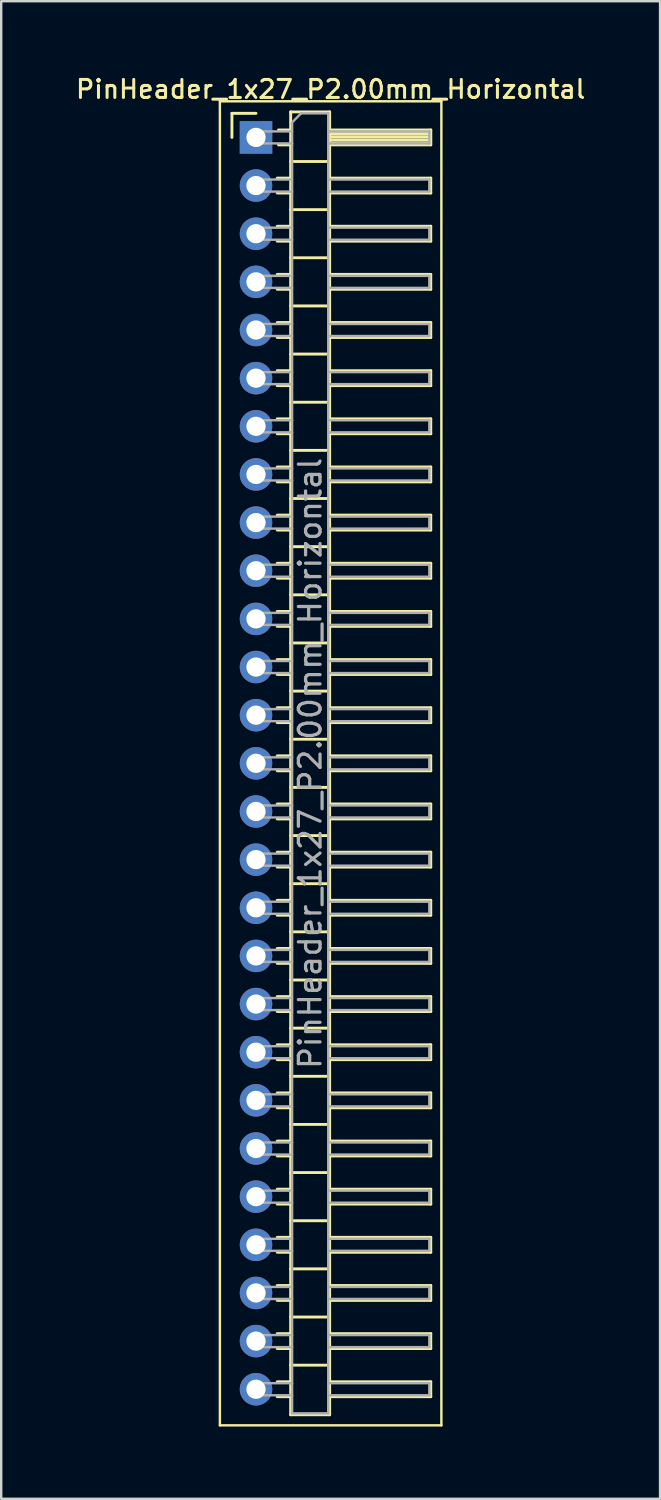
<source format=kicad_pcb>
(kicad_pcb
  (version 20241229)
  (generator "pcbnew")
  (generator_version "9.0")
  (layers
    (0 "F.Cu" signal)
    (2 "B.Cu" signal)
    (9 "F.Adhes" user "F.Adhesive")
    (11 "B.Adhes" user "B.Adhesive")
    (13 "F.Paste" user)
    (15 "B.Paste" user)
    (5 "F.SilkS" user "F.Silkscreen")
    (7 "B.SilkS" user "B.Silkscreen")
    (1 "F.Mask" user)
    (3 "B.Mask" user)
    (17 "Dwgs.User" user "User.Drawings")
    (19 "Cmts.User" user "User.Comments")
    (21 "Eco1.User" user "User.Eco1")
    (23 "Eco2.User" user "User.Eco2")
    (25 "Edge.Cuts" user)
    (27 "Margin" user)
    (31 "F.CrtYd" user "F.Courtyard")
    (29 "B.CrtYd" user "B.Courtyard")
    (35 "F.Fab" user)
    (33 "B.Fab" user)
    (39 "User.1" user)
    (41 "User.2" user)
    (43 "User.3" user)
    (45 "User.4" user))
  (footprint "PinHeader_1x27_P2.00mm_Horizontal"
    (layer "F.Cu")
    (at 7.584 2.658)
    (property "Reference" "PinHeader_1x27_P2.00mm_Horizontal" (at 3.1 -2 0) (layer "F.SilkS") (effects (font (size 0.75 0.75) (thickness 0.125))))
    (attr through_hole)
    (fp_line (start -1.5 -1.5) (end -1.5 53.5) (stroke (width 0.1) (type solid)) (layer "F.SilkS"))
    (fp_line (start -1.5 53.5) (end 7.7 53.5) (stroke (width 0.1) (type solid)) (layer "F.SilkS"))
    (fp_line (start -1 -1) (end 0 -1) (stroke (width 0.12) (type solid)) (layer "F.SilkS"))
    (fp_line (start -1 0) (end -1 -1) (stroke (width 0.12) (type solid)) (layer "F.SilkS"))
    (fp_line (start 0.882 1.69) (end 1.44 1.69) (stroke (width 0.12) (type solid)) (layer "F.SilkS"))
    (fp_line (start 0.882 2.31) (end 1.44 2.31) (stroke (width 0.12) (type solid)) (layer "F.SilkS"))
    (fp_line (start 0.882 3.69) (end 1.44 3.69) (stroke (width 0.12) (type solid)) (layer "F.SilkS"))
    (fp_line (start 0.882 4.31) (end 1.44 4.31) (stroke (width 0.12) (type solid)) (layer "F.SilkS"))
    (fp_line (start 0.882 5.69) (end 1.44 5.69) (stroke (width 0.12) (type solid)) (layer "F.SilkS"))
    (fp_line (start 0.882 6.31) (end 1.44 6.31) (stroke (width 0.12) (type solid)) (layer "F.SilkS"))
    (fp_line (start 0.882 7.69) (end 1.44 7.69) (stroke (width 0.12) (type solid)) (layer "F.SilkS"))
    (fp_line (start 0.882 8.31) (end 1.44 8.31) (stroke (width 0.12) (type solid)) (layer "F.SilkS"))
    (fp_line (start 0.882 9.69) (end 1.44 9.69) (stroke (width 0.12) (type solid)) (layer "F.SilkS"))
    (fp_line (start 0.882 10.31) (end 1.44 10.31) (stroke (width 0.12) (type solid)) (layer "F.SilkS"))
    (fp_line (start 0.882 11.69) (end 1.44 11.69) (stroke (width 0.12) (type solid)) (layer "F.SilkS"))
    (fp_line (start 0.882 12.31) (end 1.44 12.31) (stroke (width 0.12) (type solid)) (layer "F.SilkS"))
    (fp_line (start 0.882 13.69) (end 1.44 13.69) (stroke (width 0.12) (type solid)) (layer "F.SilkS"))
    (fp_line (start 0.882 14.31) (end 1.44 14.31) (stroke (width 0.12) (type solid)) (layer "F.SilkS"))
    (fp_line (start 0.882 15.69) (end 1.44 15.69) (stroke (width 0.12) (type solid)) (layer "F.SilkS"))
    (fp_line (start 0.882 16.31) (end 1.44 16.31) (stroke (width 0.12) (type solid)) (layer "F.SilkS"))
    (fp_line (start 0.882 17.69) (end 1.44 17.69) (stroke (width 0.12) (type solid)) (layer "F.SilkS"))
    (fp_line (start 0.882 18.31) (end 1.44 18.31) (stroke (width 0.12) (type solid)) (layer "F.SilkS"))
    (fp_line (start 0.882 19.69) (end 1.44 19.69) (stroke (width 0.12) (type solid)) (layer "F.SilkS"))
    (fp_line (start 0.882 20.31) (end 1.44 20.31) (stroke (width 0.12) (type solid)) (layer "F.SilkS"))
    (fp_line (start 0.882 21.69) (end 1.44 21.69) (stroke (width 0.12) (type solid)) (layer "F.SilkS"))
    (fp_line (start 0.882 22.31) (end 1.44 22.31) (stroke (width 0.12) (type solid)) (layer "F.SilkS"))
    (fp_line (start 0.882 23.69) (end 1.44 23.69) (stroke (width 0.12) (type solid)) (layer "F.SilkS"))
    (fp_line (start 0.882 24.31) (end 1.44 24.31) (stroke (width 0.12) (type solid)) (layer "F.SilkS"))
    (fp_line (start 0.882 25.69) (end 1.44 25.69) (stroke (width 0.12) (type solid)) (layer "F.SilkS"))
    (fp_line (start 0.882 26.31) (end 1.44 26.31) (stroke (width 0.12) (type solid)) (layer "F.SilkS"))
    (fp_line (start 0.882 27.69) (end 1.44 27.69) (stroke (width 0.12) (type solid)) (layer "F.SilkS"))
    (fp_line (start 0.882 28.31) (end 1.44 28.31) (stroke (width 0.12) (type solid)) (layer "F.SilkS"))
    (fp_line (start 0.882 29.69) (end 1.44 29.69) (stroke (width 0.12) (type solid)) (layer "F.SilkS"))
    (fp_line (start 0.882 30.31) (end 1.44 30.31) (stroke (width 0.12) (type solid)) (layer "F.SilkS"))
    (fp_line (start 0.882 31.69) (end 1.44 31.69) (stroke (width 0.12) (type solid)) (layer "F.SilkS"))
    (fp_line (start 0.882 32.31) (end 1.44 32.31) (stroke (width 0.12) (type solid)) (layer "F.SilkS"))
    (fp_line (start 0.882 33.69) (end 1.44 33.69) (stroke (width 0.12) (type solid)) (layer "F.SilkS"))
    (fp_line (start 0.882 34.31) (end 1.44 34.31) (stroke (width 0.12) (type solid)) (layer "F.SilkS"))
    (fp_line (start 0.882 35.69) (end 1.44 35.69) (stroke (width 0.12) (type solid)) (layer "F.SilkS"))
    (fp_line (start 0.882 36.31) (end 1.44 36.31) (stroke (width 0.12) (type solid)) (layer "F.SilkS"))
    (fp_line (start 0.882 37.69) (end 1.44 37.69) (stroke (width 0.12) (type solid)) (layer "F.SilkS"))
    (fp_line (start 0.882 38.31) (end 1.44 38.31) (stroke (width 0.12) (type solid)) (layer "F.SilkS"))
    (fp_line (start 0.882 39.69) (end 1.44 39.69) (stroke (width 0.12) (type solid)) (layer "F.SilkS"))
    (fp_line (start 0.882 40.31) (end 1.44 40.31) (stroke (width 0.12) (type solid)) (layer "F.SilkS"))
    (fp_line (start 0.882 41.69) (end 1.44 41.69) (stroke (width 0.12) (type solid)) (layer "F.SilkS"))
    (fp_line (start 0.882 42.31) (end 1.44 42.31) (stroke (width 0.12) (type solid)) (layer "F.SilkS"))
    (fp_line (start 0.882 43.69) (end 1.44 43.69) (stroke (width 0.12) (type solid)) (layer "F.SilkS"))
    (fp_line (start 0.882 44.31) (end 1.44 44.31) (stroke (width 0.12) (type solid)) (layer "F.SilkS"))
    (fp_line (start 0.882 45.69) (end 1.44 45.69) (stroke (width 0.12) (type solid)) (layer "F.SilkS"))
    (fp_line (start 0.882 46.31) (end 1.44 46.31) (stroke (width 0.12) (type solid)) (layer "F.SilkS"))
    (fp_line (start 0.882 47.69) (end 1.44 47.69) (stroke (width 0.12) (type solid)) (layer "F.SilkS"))
    (fp_line (start 0.882 48.31) (end 1.44 48.31) (stroke (width 0.12) (type solid)) (layer "F.SilkS"))
    (fp_line (start 0.882 49.69) (end 1.44 49.69) (stroke (width 0.12) (type solid)) (layer "F.SilkS"))
    (fp_line (start 0.882 50.31) (end 1.44 50.31) (stroke (width 0.12) (type solid)) (layer "F.SilkS"))
    (fp_line (start 0.882 51.69) (end 1.44 51.69) (stroke (width 0.12) (type solid)) (layer "F.SilkS"))
    (fp_line (start 0.882 52.31) (end 1.44 52.31) (stroke (width 0.12) (type solid)) (layer "F.SilkS"))
    (fp_line (start 0.935 -0.31) (end 1.44 -0.31) (stroke (width 0.12) (type solid)) (layer "F.SilkS"))
    (fp_line (start 0.935 0.31) (end 1.44 0.31) (stroke (width 0.12) (type solid)) (layer "F.SilkS"))
    (fp_line (start 1.44 -1.06) (end 1.44 53.06) (stroke (width 0.12) (type solid)) (layer "F.SilkS"))
    (fp_line (start 1.44 1) (end 3.06 1) (stroke (width 0.12) (type solid)) (layer "F.SilkS"))
    (fp_line (start 1.44 3) (end 3.06 3) (stroke (width 0.12) (type solid)) (layer "F.SilkS"))
    (fp_line (start 1.44 5) (end 3.06 5) (stroke (width 0.12) (type solid)) (layer "F.SilkS"))
    (fp_line (start 1.44 7) (end 3.06 7) (stroke (width 0.12) (type solid)) (layer "F.SilkS"))
    (fp_line (start 1.44 9) (end 3.06 9) (stroke (width 0.12) (type solid)) (layer "F.SilkS"))
    (fp_line (start 1.44 11) (end 3.06 11) (stroke (width 0.12) (type solid)) (layer "F.SilkS"))
    (fp_line (start 1.44 13) (end 3.06 13) (stroke (width 0.12) (type solid)) (layer "F.SilkS"))
    (fp_line (start 1.44 15) (end 3.06 15) (stroke (width 0.12) (type solid)) (layer "F.SilkS"))
    (fp_line (start 1.44 17) (end 3.06 17) (stroke (width 0.12) (type solid)) (layer "F.SilkS"))
    (fp_line (start 1.44 19) (end 3.06 19) (stroke (width 0.12) (type solid)) (layer "F.SilkS"))
    (fp_line (start 1.44 21) (end 3.06 21) (stroke (width 0.12) (type solid)) (layer "F.SilkS"))
    (fp_line (start 1.44 23) (end 3.06 23) (stroke (width 0.12) (type solid)) (layer "F.SilkS"))
    (fp_line (start 1.44 25) (end 3.06 25) (stroke (width 0.12) (type solid)) (layer "F.SilkS"))
    (fp_line (start 1.44 27) (end 3.06 27) (stroke (width 0.12) (type solid)) (layer "F.SilkS"))
    (fp_line (start 1.44 29) (end 3.06 29) (stroke (width 0.12) (type solid)) (layer "F.SilkS"))
    (fp_line (start 1.44 31) (end 3.06 31) (stroke (width 0.12) (type solid)) (layer "F.SilkS"))
    (fp_line (start 1.44 33) (end 3.06 33) (stroke (width 0.12) (type solid)) (layer "F.SilkS"))
    (fp_line (start 1.44 35) (end 3.06 35) (stroke (width 0.12) (type solid)) (layer "F.SilkS"))
    (fp_line (start 1.44 37) (end 3.06 37) (stroke (width 0.12) (type solid)) (layer "F.SilkS"))
    (fp_line (start 1.44 39) (end 3.06 39) (stroke (width 0.12) (type solid)) (layer "F.SilkS"))
    (fp_line (start 1.44 41) (end 3.06 41) (stroke (width 0.12) (type solid)) (layer "F.SilkS"))
    (fp_line (start 1.44 43) (end 3.06 43) (stroke (width 0.12) (type solid)) (layer "F.SilkS"))
    (fp_line (start 1.44 45) (end 3.06 45) (stroke (width 0.12) (type solid)) (layer "F.SilkS"))
    (fp_line (start 1.44 47) (end 3.06 47) (stroke (width 0.12) (type solid)) (layer "F.SilkS"))
    (fp_line (start 1.44 49) (end 3.06 49) (stroke (width 0.12) (type solid)) (layer "F.SilkS"))
    (fp_line (start 1.44 51) (end 3.06 51) (stroke (width 0.12) (type solid)) (layer "F.SilkS"))
    (fp_line (start 1.44 53.06) (end 3.06 53.06) (stroke (width 0.12) (type solid)) (layer "F.SilkS"))
    (fp_line (start 3.06 -1.06) (end 1.44 -1.06) (stroke (width 0.12) (type solid)) (layer "F.SilkS"))
    (fp_line (start 3.06 -0.31) (end 7.26 -0.31) (stroke (width 0.12) (type solid)) (layer "F.SilkS"))
    (fp_line (start 3.06 -0.25) (end 7.26 -0.25) (stroke (width 0.12) (type solid)) (layer "F.SilkS"))
    (fp_line (start 3.06 -0.13) (end 7.26 -0.13) (stroke (width 0.12) (type solid)) (layer "F.SilkS"))
    (fp_line (start 3.06 -0.01) (end 7.26 -0.01) (stroke (width 0.12) (type solid)) (layer "F.SilkS"))
    (fp_line (start 3.06 0.11) (end 7.26 0.11) (stroke (width 0.12) (type solid)) (layer "F.SilkS"))
    (fp_line (start 3.06 0.23) (end 7.26 0.23) (stroke (width 0.12) (type solid)) (layer "F.SilkS"))
    (fp_line (start 3.06 1.69) (end 7.26 1.69) (stroke (width 0.12) (type solid)) (layer "F.SilkS"))
    (fp_line (start 3.06 3.69) (end 7.26 3.69) (stroke (width 0.12) (type solid)) (layer "F.SilkS"))
    (fp_line (start 3.06 5.69) (end 7.26 5.69) (stroke (width 0.12) (type solid)) (layer "F.SilkS"))
    (fp_line (start 3.06 7.69) (end 7.26 7.69) (stroke (width 0.12) (type solid)) (layer "F.SilkS"))
    (fp_line (start 3.06 9.69) (end 7.26 9.69) (stroke (width 0.12) (type solid)) (layer "F.SilkS"))
    (fp_line (start 3.06 11.69) (end 7.26 11.69) (stroke (width 0.12) (type solid)) (layer "F.SilkS"))
    (fp_line (start 3.06 13.69) (end 7.26 13.69) (stroke (width 0.12) (type solid)) (layer "F.SilkS"))
    (fp_line (start 3.06 15.69) (end 7.26 15.69) (stroke (width 0.12) (type solid)) (layer "F.SilkS"))
    (fp_line (start 3.06 17.69) (end 7.26 17.69) (stroke (width 0.12) (type solid)) (layer "F.SilkS"))
    (fp_line (start 3.06 19.69) (end 7.26 19.69) (stroke (width 0.12) (type solid)) (layer "F.SilkS"))
    (fp_line (start 3.06 21.69) (end 7.26 21.69) (stroke (width 0.12) (type solid)) (layer "F.SilkS"))
    (fp_line (start 3.06 23.69) (end 7.26 23.69) (stroke (width 0.12) (type solid)) (layer "F.SilkS"))
    (fp_line (start 3.06 25.69) (end 7.26 25.69) (stroke (width 0.12) (type solid)) (layer "F.SilkS"))
    (fp_line (start 3.06 27.69) (end 7.26 27.69) (stroke (width 0.12) (type solid)) (layer "F.SilkS"))
    (fp_line (start 3.06 29.69) (end 7.26 29.69) (stroke (width 0.12) (type solid)) (layer "F.SilkS"))
    (fp_line (start 3.06 31.69) (end 7.26 31.69) (stroke (width 0.12) (type solid)) (layer "F.SilkS"))
    (fp_line (start 3.06 33.69) (end 7.26 33.69) (stroke (width 0.12) (type solid)) (layer "F.SilkS"))
    (fp_line (start 3.06 35.69) (end 7.26 35.69) (stroke (width 0.12) (type solid)) (layer "F.SilkS"))
    (fp_line (start 3.06 37.69) (end 7.26 37.69) (stroke (width 0.12) (type solid)) (layer "F.SilkS"))
    (fp_line (start 3.06 39.69) (end 7.26 39.69) (stroke (width 0.12) (type solid)) (layer "F.SilkS"))
    (fp_line (start 3.06 41.69) (end 7.26 41.69) (stroke (width 0.12) (type solid)) (layer "F.SilkS"))
    (fp_line (start 3.06 43.69) (end 7.26 43.69) (stroke (width 0.12) (type solid)) (layer "F.SilkS"))
    (fp_line (start 3.06 45.69) (end 7.26 45.69) (stroke (width 0.12) (type solid)) (layer "F.SilkS"))
    (fp_line (start 3.06 47.69) (end 7.26 47.69) (stroke (width 0.12) (type solid)) (layer "F.SilkS"))
    (fp_line (start 3.06 49.69) (end 7.26 49.69) (stroke (width 0.12) (type solid)) (layer "F.SilkS"))
    (fp_line (start 3.06 51.69) (end 7.26 51.69) (stroke (width 0.12) (type solid)) (layer "F.SilkS"))
    (fp_line (start 3.06 53.06) (end 3.06 -1.06) (stroke (width 0.12) (type solid)) (layer "F.SilkS"))
    (fp_line (start 7.26 -0.31) (end 7.26 0.31) (stroke (width 0.12) (type solid)) (layer "F.SilkS"))
    (fp_line (start 7.26 0.31) (end 3.06 0.31) (stroke (width 0.12) (type solid)) (layer "F.SilkS"))
    (fp_line (start 7.26 1.69) (end 7.26 2.31) (stroke (width 0.12) (type solid)) (layer "F.SilkS"))
    (fp_line (start 7.26 2.31) (end 3.06 2.31) (stroke (width 0.12) (type solid)) (layer "F.SilkS"))
    (fp_line (start 7.26 3.69) (end 7.26 4.31) (stroke (width 0.12) (type solid)) (layer "F.SilkS"))
    (fp_line (start 7.26 4.31) (end 3.06 4.31) (stroke (width 0.12) (type solid)) (layer "F.SilkS"))
    (fp_line (start 7.26 5.69) (end 7.26 6.31) (stroke (width 0.12) (type solid)) (layer "F.SilkS"))
    (fp_line (start 7.26 6.31) (end 3.06 6.31) (stroke (width 0.12) (type solid)) (layer "F.SilkS"))
    (fp_line (start 7.26 7.69) (end 7.26 8.31) (stroke (width 0.12) (type solid)) (layer "F.SilkS"))
    (fp_line (start 7.26 8.31) (end 3.06 8.31) (stroke (width 0.12) (type solid)) (layer "F.SilkS"))
    (fp_line (start 7.26 9.69) (end 7.26 10.31) (stroke (width 0.12) (type solid)) (layer "F.SilkS"))
    (fp_line (start 7.26 10.31) (end 3.06 10.31) (stroke (width 0.12) (type solid)) (layer "F.SilkS"))
    (fp_line (start 7.26 11.69) (end 7.26 12.31) (stroke (width 0.12) (type solid)) (layer "F.SilkS"))
    (fp_line (start 7.26 12.31) (end 3.06 12.31) (stroke (width 0.12) (type solid)) (layer "F.SilkS"))
    (fp_line (start 7.26 13.69) (end 7.26 14.31) (stroke (width 0.12) (type solid)) (layer "F.SilkS"))
    (fp_line (start 7.26 14.31) (end 3.06 14.31) (stroke (width 0.12) (type solid)) (layer "F.SilkS"))
    (fp_line (start 7.26 15.69) (end 7.26 16.31) (stroke (width 0.12) (type solid)) (layer "F.SilkS"))
    (fp_line (start 7.26 16.31) (end 3.06 16.31) (stroke (width 0.12) (type solid)) (layer "F.SilkS"))
    (fp_line (start 7.26 17.69) (end 7.26 18.31) (stroke (width 0.12) (type solid)) (layer "F.SilkS"))
    (fp_line (start 7.26 18.31) (end 3.06 18.31) (stroke (width 0.12) (type solid)) (layer "F.SilkS"))
    (fp_line (start 7.26 19.69) (end 7.26 20.31) (stroke (width 0.12) (type solid)) (layer "F.SilkS"))
    (fp_line (start 7.26 20.31) (end 3.06 20.31) (stroke (width 0.12) (type solid)) (layer "F.SilkS"))
    (fp_line (start 7.26 21.69) (end 7.26 22.31) (stroke (width 0.12) (type solid)) (layer "F.SilkS"))
    (fp_line (start 7.26 22.31) (end 3.06 22.31) (stroke (width 0.12) (type solid)) (layer "F.SilkS"))
    (fp_line (start 7.26 23.69) (end 7.26 24.31) (stroke (width 0.12) (type solid)) (layer "F.SilkS"))
    (fp_line (start 7.26 24.31) (end 3.06 24.31) (stroke (width 0.12) (type solid)) (layer "F.SilkS"))
    (fp_line (start 7.26 25.69) (end 7.26 26.31) (stroke (width 0.12) (type solid)) (layer "F.SilkS"))
    (fp_line (start 7.26 26.31) (end 3.06 26.31) (stroke (width 0.12) (type solid)) (layer "F.SilkS"))
    (fp_line (start 7.26 27.69) (end 7.26 28.31) (stroke (width 0.12) (type solid)) (layer "F.SilkS"))
    (fp_line (start 7.26 28.31) (end 3.06 28.31) (stroke (width 0.12) (type solid)) (layer "F.SilkS"))
    (fp_line (start 7.26 29.69) (end 7.26 30.31) (stroke (width 0.12) (type solid)) (layer "F.SilkS"))
    (fp_line (start 7.26 30.31) (end 3.06 30.31) (stroke (width 0.12) (type solid)) (layer "F.SilkS"))
    (fp_line (start 7.26 31.69) (end 7.26 32.31) (stroke (width 0.12) (type solid)) (layer "F.SilkS"))
    (fp_line (start 7.26 32.31) (end 3.06 32.31) (stroke (width 0.12) (type solid)) (layer "F.SilkS"))
    (fp_line (start 7.26 33.69) (end 7.26 34.31) (stroke (width 0.12) (type solid)) (layer "F.SilkS"))
    (fp_line (start 7.26 34.31) (end 3.06 34.31) (stroke (width 0.12) (type solid)) (layer "F.SilkS"))
    (fp_line (start 7.26 35.69) (end 7.26 36.31) (stroke (width 0.12) (type solid)) (layer "F.SilkS"))
    (fp_line (start 7.26 36.31) (end 3.06 36.31) (stroke (width 0.12) (type solid)) (layer "F.SilkS"))
    (fp_line (start 7.26 37.69) (end 7.26 38.31) (stroke (width 0.12) (type solid)) (layer "F.SilkS"))
    (fp_line (start 7.26 38.31) (end 3.06 38.31) (stroke (width 0.12) (type solid)) (layer "F.SilkS"))
    (fp_line (start 7.26 39.69) (end 7.26 40.31) (stroke (width 0.12) (type solid)) (layer "F.SilkS"))
    (fp_line (start 7.26 40.31) (end 3.06 40.31) (stroke (width 0.12) (type solid)) (layer "F.SilkS"))
    (fp_line (start 7.26 41.69) (end 7.26 42.31) (stroke (width 0.12) (type solid)) (layer "F.SilkS"))
    (fp_line (start 7.26 42.31) (end 3.06 42.31) (stroke (width 0.12) (type solid)) (layer "F.SilkS"))
    (fp_line (start 7.26 43.69) (end 7.26 44.31) (stroke (width 0.12) (type solid)) (layer "F.SilkS"))
    (fp_line (start 7.26 44.31) (end 3.06 44.31) (stroke (width 0.12) (type solid)) (layer "F.SilkS"))
    (fp_line (start 7.26 45.69) (end 7.26 46.31) (stroke (width 0.12) (type solid)) (layer "F.SilkS"))
    (fp_line (start 7.26 46.31) (end 3.06 46.31) (stroke (width 0.12) (type solid)) (layer "F.SilkS"))
    (fp_line (start 7.26 47.69) (end 7.26 48.31) (stroke (width 0.12) (type solid)) (layer "F.SilkS"))
    (fp_line (start 7.26 48.31) (end 3.06 48.31) (stroke (width 0.12) (type solid)) (layer "F.SilkS"))
    (fp_line (start 7.26 49.69) (end 7.26 50.31) (stroke (width 0.12) (type solid)) (layer "F.SilkS"))
    (fp_line (start 7.26 50.31) (end 3.06 50.31) (stroke (width 0.12) (type solid)) (layer "F.SilkS"))
    (fp_line (start 7.26 51.69) (end 7.26 52.31) (stroke (width 0.12) (type solid)) (layer "F.SilkS"))
    (fp_line (start 7.26 52.31) (end 3.06 52.31) (stroke (width 0.12) (type solid)) (layer "F.SilkS"))
    (fp_line (start 7.7 -1.5) (end -1.5 -1.5) (stroke (width 0.1) (type solid)) (layer "F.SilkS"))
    (fp_line (start 7.7 53.5) (end 7.7 -1.5) (stroke (width 0.1) (type solid)) (layer "F.SilkS"))
    (fp_line (start -0.25 -0.25) (end -0.25 0.25) (stroke (width 0.1) (type solid)) (layer "F.Fab"))
    (fp_line (start -0.25 -0.25) (end 1.5 -0.25) (stroke (width 0.1) (type solid)) (layer "F.Fab"))
    (fp_line (start -0.25 0.25) (end 1.5 0.25) (stroke (width 0.1) (type solid)) (layer "F.Fab"))
    (fp_line (start -0.25 1.75) (end -0.25 2.25) (stroke (width 0.1) (type solid)) (layer "F.Fab"))
    (fp_line (start -0.25 1.75) (end 1.5 1.75) (stroke (width 0.1) (type solid)) (layer "F.Fab"))
    (fp_line (start -0.25 2.25) (end 1.5 2.25) (stroke (width 0.1) (type solid)) (layer "F.Fab"))
    (fp_line (start -0.25 3.75) (end -0.25 4.25) (stroke (width 0.1) (type solid)) (layer "F.Fab"))
    (fp_line (start -0.25 3.75) (end 1.5 3.75) (stroke (width 0.1) (type solid)) (layer "F.Fab"))
    (fp_line (start -0.25 4.25) (end 1.5 4.25) (stroke (width 0.1) (type solid)) (layer "F.Fab"))
    (fp_line (start -0.25 5.75) (end -0.25 6.25) (stroke (width 0.1) (type solid)) (layer "F.Fab"))
    (fp_line (start -0.25 5.75) (end 1.5 5.75) (stroke (width 0.1) (type solid)) (layer "F.Fab"))
    (fp_line (start -0.25 6.25) (end 1.5 6.25) (stroke (width 0.1) (type solid)) (layer "F.Fab"))
    (fp_line (start -0.25 7.75) (end -0.25 8.25) (stroke (width 0.1) (type solid)) (layer "F.Fab"))
    (fp_line (start -0.25 7.75) (end 1.5 7.75) (stroke (width 0.1) (type solid)) (layer "F.Fab"))
    (fp_line (start -0.25 8.25) (end 1.5 8.25) (stroke (width 0.1) (type solid)) (layer "F.Fab"))
    (fp_line (start -0.25 9.75) (end -0.25 10.25) (stroke (width 0.1) (type solid)) (layer "F.Fab"))
    (fp_line (start -0.25 9.75) (end 1.5 9.75) (stroke (width 0.1) (type solid)) (layer "F.Fab"))
    (fp_line (start -0.25 10.25) (end 1.5 10.25) (stroke (width 0.1) (type solid)) (layer "F.Fab"))
    (fp_line (start -0.25 11.75) (end -0.25 12.25) (stroke (width 0.1) (type solid)) (layer "F.Fab"))
    (fp_line (start -0.25 11.75) (end 1.5 11.75) (stroke (width 0.1) (type solid)) (layer "F.Fab"))
    (fp_line (start -0.25 12.25) (end 1.5 12.25) (stroke (width 0.1) (type solid)) (layer "F.Fab"))
    (fp_line (start -0.25 13.75) (end -0.25 14.25) (stroke (width 0.1) (type solid)) (layer "F.Fab"))
    (fp_line (start -0.25 13.75) (end 1.5 13.75) (stroke (width 0.1) (type solid)) (layer "F.Fab"))
    (fp_line (start -0.25 14.25) (end 1.5 14.25) (stroke (width 0.1) (type solid)) (layer "F.Fab"))
    (fp_line (start -0.25 15.75) (end -0.25 16.25) (stroke (width 0.1) (type solid)) (layer "F.Fab"))
    (fp_line (start -0.25 15.75) (end 1.5 15.75) (stroke (width 0.1) (type solid)) (layer "F.Fab"))
    (fp_line (start -0.25 16.25) (end 1.5 16.25) (stroke (width 0.1) (type solid)) (layer "F.Fab"))
    (fp_line (start -0.25 17.75) (end -0.25 18.25) (stroke (width 0.1) (type solid)) (layer "F.Fab"))
    (fp_line (start -0.25 17.75) (end 1.5 17.75) (stroke (width 0.1) (type solid)) (layer "F.Fab"))
    (fp_line (start -0.25 18.25) (end 1.5 18.25) (stroke (width 0.1) (type solid)) (layer "F.Fab"))
    (fp_line (start -0.25 19.75) (end -0.25 20.25) (stroke (width 0.1) (type solid)) (layer "F.Fab"))
    (fp_line (start -0.25 19.75) (end 1.5 19.75) (stroke (width 0.1) (type solid)) (layer "F.Fab"))
    (fp_line (start -0.25 20.25) (end 1.5 20.25) (stroke (width 0.1) (type solid)) (layer "F.Fab"))
    (fp_line (start -0.25 21.75) (end -0.25 22.25) (stroke (width 0.1) (type solid)) (layer "F.Fab"))
    (fp_line (start -0.25 21.75) (end 1.5 21.75) (stroke (width 0.1) (type solid)) (layer "F.Fab"))
    (fp_line (start -0.25 22.25) (end 1.5 22.25) (stroke (width 0.1) (type solid)) (layer "F.Fab"))
    (fp_line (start -0.25 23.75) (end -0.25 24.25) (stroke (width 0.1) (type solid)) (layer "F.Fab"))
    (fp_line (start -0.25 23.75) (end 1.5 23.75) (stroke (width 0.1) (type solid)) (layer "F.Fab"))
    (fp_line (start -0.25 24.25) (end 1.5 24.25) (stroke (width 0.1) (type solid)) (layer "F.Fab"))
    (fp_line (start -0.25 25.75) (end -0.25 26.25) (stroke (width 0.1) (type solid)) (layer "F.Fab"))
    (fp_line (start -0.25 25.75) (end 1.5 25.75) (stroke (width 0.1) (type solid)) (layer "F.Fab"))
    (fp_line (start -0.25 26.25) (end 1.5 26.25) (stroke (width 0.1) (type solid)) (layer "F.Fab"))
    (fp_line (start -0.25 27.75) (end -0.25 28.25) (stroke (width 0.1) (type solid)) (layer "F.Fab"))
    (fp_line (start -0.25 27.75) (end 1.5 27.75) (stroke (width 0.1) (type solid)) (layer "F.Fab"))
    (fp_line (start -0.25 28.25) (end 1.5 28.25) (stroke (width 0.1) (type solid)) (layer "F.Fab"))
    (fp_line (start -0.25 29.75) (end -0.25 30.25) (stroke (width 0.1) (type solid)) (layer "F.Fab"))
    (fp_line (start -0.25 29.75) (end 1.5 29.75) (stroke (width 0.1) (type solid)) (layer "F.Fab"))
    (fp_line (start -0.25 30.25) (end 1.5 30.25) (stroke (width 0.1) (type solid)) (layer "F.Fab"))
    (fp_line (start -0.25 31.75) (end -0.25 32.25) (stroke (width 0.1) (type solid)) (layer "F.Fab"))
    (fp_line (start -0.25 31.75) (end 1.5 31.75) (stroke (width 0.1) (type solid)) (layer "F.Fab"))
    (fp_line (start -0.25 32.25) (end 1.5 32.25) (stroke (width 0.1) (type solid)) (layer "F.Fab"))
    (fp_line (start -0.25 33.75) (end -0.25 34.25) (stroke (width 0.1) (type solid)) (layer "F.Fab"))
    (fp_line (start -0.25 33.75) (end 1.5 33.75) (stroke (width 0.1) (type solid)) (layer "F.Fab"))
    (fp_line (start -0.25 34.25) (end 1.5 34.25) (stroke (width 0.1) (type solid)) (layer "F.Fab"))
    (fp_line (start -0.25 35.75) (end -0.25 36.25) (stroke (width 0.1) (type solid)) (layer "F.Fab"))
    (fp_line (start -0.25 35.75) (end 1.5 35.75) (stroke (width 0.1) (type solid)) (layer "F.Fab"))
    (fp_line (start -0.25 36.25) (end 1.5 36.25) (stroke (width 0.1) (type solid)) (layer "F.Fab"))
    (fp_line (start -0.25 37.75) (end -0.25 38.25) (stroke (width 0.1) (type solid)) (layer "F.Fab"))
    (fp_line (start -0.25 37.75) (end 1.5 37.75) (stroke (width 0.1) (type solid)) (layer "F.Fab"))
    (fp_line (start -0.25 38.25) (end 1.5 38.25) (stroke (width 0.1) (type solid)) (layer "F.Fab"))
    (fp_line (start -0.25 39.75) (end -0.25 40.25) (stroke (width 0.1) (type solid)) (layer "F.Fab"))
    (fp_line (start -0.25 39.75) (end 1.5 39.75) (stroke (width 0.1) (type solid)) (layer "F.Fab"))
    (fp_line (start -0.25 40.25) (end 1.5 40.25) (stroke (width 0.1) (type solid)) (layer "F.Fab"))
    (fp_line (start -0.25 41.75) (end -0.25 42.25) (stroke (width 0.1) (type solid)) (layer "F.Fab"))
    (fp_line (start -0.25 41.75) (end 1.5 41.75) (stroke (width 0.1) (type solid)) (layer "F.Fab"))
    (fp_line (start -0.25 42.25) (end 1.5 42.25) (stroke (width 0.1) (type solid)) (layer "F.Fab"))
    (fp_line (start -0.25 43.75) (end -0.25 44.25) (stroke (width 0.1) (type solid)) (layer "F.Fab"))
    (fp_line (start -0.25 43.75) (end 1.5 43.75) (stroke (width 0.1) (type solid)) (layer "F.Fab"))
    (fp_line (start -0.25 44.25) (end 1.5 44.25) (stroke (width 0.1) (type solid)) (layer "F.Fab"))
    (fp_line (start -0.25 45.75) (end -0.25 46.25) (stroke (width 0.1) (type solid)) (layer "F.Fab"))
    (fp_line (start -0.25 45.75) (end 1.5 45.75) (stroke (width 0.1) (type solid)) (layer "F.Fab"))
    (fp_line (start -0.25 46.25) (end 1.5 46.25) (stroke (width 0.1) (type solid)) (layer "F.Fab"))
    (fp_line (start -0.25 47.75) (end -0.25 48.25) (stroke (width 0.1) (type solid)) (layer "F.Fab"))
    (fp_line (start -0.25 47.75) (end 1.5 47.75) (stroke (width 0.1) (type solid)) (layer "F.Fab"))
    (fp_line (start -0.25 48.25) (end 1.5 48.25) (stroke (width 0.1) (type solid)) (layer "F.Fab"))
    (fp_line (start -0.25 49.75) (end -0.25 50.25) (stroke (width 0.1) (type solid)) (layer "F.Fab"))
    (fp_line (start -0.25 49.75) (end 1.5 49.75) (stroke (width 0.1) (type solid)) (layer "F.Fab"))
    (fp_line (start -0.25 50.25) (end 1.5 50.25) (stroke (width 0.1) (type solid)) (layer "F.Fab"))
    (fp_line (start -0.25 51.75) (end -0.25 52.25) (stroke (width 0.1) (type solid)) (layer "F.Fab"))
    (fp_line (start -0.25 51.75) (end 1.5 51.75) (stroke (width 0.1) (type solid)) (layer "F.Fab"))
    (fp_line (start -0.25 52.25) (end 1.5 52.25) (stroke (width 0.1) (type solid)) (layer "F.Fab"))
    (fp_line (start 1.5 -0.625) (end 1.875 -1) (stroke (width 0.1) (type solid)) (layer "F.Fab"))
    (fp_line (start 1.5 53) (end 1.5 -0.625) (stroke (width 0.1) (type solid)) (layer "F.Fab"))
    (fp_line (start 1.875 -1) (end 3 -1) (stroke (width 0.1) (type solid)) (layer "F.Fab"))
    (fp_line (start 3 -1) (end 3 53) (stroke (width 0.1) (type solid)) (layer "F.Fab"))
    (fp_line (start 3 -0.25) (end 7.2 -0.25) (stroke (width 0.1) (type solid)) (layer "F.Fab"))
    (fp_line (start 3 0.25) (end 7.2 0.25) (stroke (width 0.1) (type solid)) (layer "F.Fab"))
    (fp_line (start 3 1.75) (end 7.2 1.75) (stroke (width 0.1) (type solid)) (layer "F.Fab"))
    (fp_line (start 3 2.25) (end 7.2 2.25) (stroke (width 0.1) (type solid)) (layer "F.Fab"))
    (fp_line (start 3 3.75) (end 7.2 3.75) (stroke (width 0.1) (type solid)) (layer "F.Fab"))
    (fp_line (start 3 4.25) (end 7.2 4.25) (stroke (width 0.1) (type solid)) (layer "F.Fab"))
    (fp_line (start 3 5.75) (end 7.2 5.75) (stroke (width 0.1) (type solid)) (layer "F.Fab"))
    (fp_line (start 3 6.25) (end 7.2 6.25) (stroke (width 0.1) (type solid)) (layer "F.Fab"))
    (fp_line (start 3 7.75) (end 7.2 7.75) (stroke (width 0.1) (type solid)) (layer "F.Fab"))
    (fp_line (start 3 8.25) (end 7.2 8.25) (stroke (width 0.1) (type solid)) (layer "F.Fab"))
    (fp_line (start 3 9.75) (end 7.2 9.75) (stroke (width 0.1) (type solid)) (layer "F.Fab"))
    (fp_line (start 3 10.25) (end 7.2 10.25) (stroke (width 0.1) (type solid)) (layer "F.Fab"))
    (fp_line (start 3 11.75) (end 7.2 11.75) (stroke (width 0.1) (type solid)) (layer "F.Fab"))
    (fp_line (start 3 12.25) (end 7.2 12.25) (stroke (width 0.1) (type solid)) (layer "F.Fab"))
    (fp_line (start 3 13.75) (end 7.2 13.75) (stroke (width 0.1) (type solid)) (layer "F.Fab"))
    (fp_line (start 3 14.25) (end 7.2 14.25) (stroke (width 0.1) (type solid)) (layer "F.Fab"))
    (fp_line (start 3 15.75) (end 7.2 15.75) (stroke (width 0.1) (type solid)) (layer "F.Fab"))
    (fp_line (start 3 16.25) (end 7.2 16.25) (stroke (width 0.1) (type solid)) (layer "F.Fab"))
    (fp_line (start 3 17.75) (end 7.2 17.75) (stroke (width 0.1) (type solid)) (layer "F.Fab"))
    (fp_line (start 3 18.25) (end 7.2 18.25) (stroke (width 0.1) (type solid)) (layer "F.Fab"))
    (fp_line (start 3 19.75) (end 7.2 19.75) (stroke (width 0.1) (type solid)) (layer "F.Fab"))
    (fp_line (start 3 20.25) (end 7.2 20.25) (stroke (width 0.1) (type solid)) (layer "F.Fab"))
    (fp_line (start 3 21.75) (end 7.2 21.75) (stroke (width 0.1) (type solid)) (layer "F.Fab"))
    (fp_line (start 3 22.25) (end 7.2 22.25) (stroke (width 0.1) (type solid)) (layer "F.Fab"))
    (fp_line (start 3 23.75) (end 7.2 23.75) (stroke (width 0.1) (type solid)) (layer "F.Fab"))
    (fp_line (start 3 24.25) (end 7.2 24.25) (stroke (width 0.1) (type solid)) (layer "F.Fab"))
    (fp_line (start 3 25.75) (end 7.2 25.75) (stroke (width 0.1) (type solid)) (layer "F.Fab"))
    (fp_line (start 3 26.25) (end 7.2 26.25) (stroke (width 0.1) (type solid)) (layer "F.Fab"))
    (fp_line (start 3 27.75) (end 7.2 27.75) (stroke (width 0.1) (type solid)) (layer "F.Fab"))
    (fp_line (start 3 28.25) (end 7.2 28.25) (stroke (width 0.1) (type solid)) (layer "F.Fab"))
    (fp_line (start 3 29.75) (end 7.2 29.75) (stroke (width 0.1) (type solid)) (layer "F.Fab"))
    (fp_line (start 3 30.25) (end 7.2 30.25) (stroke (width 0.1) (type solid)) (layer "F.Fab"))
    (fp_line (start 3 31.75) (end 7.2 31.75) (stroke (width 0.1) (type solid)) (layer "F.Fab"))
    (fp_line (start 3 32.25) (end 7.2 32.25) (stroke (width 0.1) (type solid)) (layer "F.Fab"))
    (fp_line (start 3 33.75) (end 7.2 33.75) (stroke (width 0.1) (type solid)) (layer "F.Fab"))
    (fp_line (start 3 34.25) (end 7.2 34.25) (stroke (width 0.1) (type solid)) (layer "F.Fab"))
    (fp_line (start 3 35.75) (end 7.2 35.75) (stroke (width 0.1) (type solid)) (layer "F.Fab"))
    (fp_line (start 3 36.25) (end 7.2 36.25) (stroke (width 0.1) (type solid)) (layer "F.Fab"))
    (fp_line (start 3 37.75) (end 7.2 37.75) (stroke (width 0.1) (type solid)) (layer "F.Fab"))
    (fp_line (start 3 38.25) (end 7.2 38.25) (stroke (width 0.1) (type solid)) (layer "F.Fab"))
    (fp_line (start 3 39.75) (end 7.2 39.75) (stroke (width 0.1) (type solid)) (layer "F.Fab"))
    (fp_line (start 3 40.25) (end 7.2 40.25) (stroke (width 0.1) (type solid)) (layer "F.Fab"))
    (fp_line (start 3 41.75) (end 7.2 41.75) (stroke (width 0.1) (type solid)) (layer "F.Fab"))
    (fp_line (start 3 42.25) (end 7.2 42.25) (stroke (width 0.1) (type solid)) (layer "F.Fab"))
    (fp_line (start 3 43.75) (end 7.2 43.75) (stroke (width 0.1) (type solid)) (layer "F.Fab"))
    (fp_line (start 3 44.25) (end 7.2 44.25) (stroke (width 0.1) (type solid)) (layer "F.Fab"))
    (fp_line (start 3 45.75) (end 7.2 45.75) (stroke (width 0.1) (type solid)) (layer "F.Fab"))
    (fp_line (start 3 46.25) (end 7.2 46.25) (stroke (width 0.1) (type solid)) (layer "F.Fab"))
    (fp_line (start 3 47.75) (end 7.2 47.75) (stroke (width 0.1) (type solid)) (layer "F.Fab"))
    (fp_line (start 3 48.25) (end 7.2 48.25) (stroke (width 0.1) (type solid)) (layer "F.Fab"))
    (fp_line (start 3 49.75) (end 7.2 49.75) (stroke (width 0.1) (type solid)) (layer "F.Fab"))
    (fp_line (start 3 50.25) (end 7.2 50.25) (stroke (width 0.1) (type solid)) (layer "F.Fab"))
    (fp_line (start 3 51.75) (end 7.2 51.75) (stroke (width 0.1) (type solid)) (layer "F.Fab"))
    (fp_line (start 3 52.25) (end 7.2 52.25) (stroke (width 0.1) (type solid)) (layer "F.Fab"))
    (fp_line (start 3 53) (end 1.5 53) (stroke (width 0.1) (type solid)) (layer "F.Fab"))
    (fp_line (start 7.2 -0.25) (end 7.2 0.25) (stroke (width 0.1) (type solid)) (layer "F.Fab"))
    (fp_line (start 7.2 1.75) (end 7.2 2.25) (stroke (width 0.1) (type solid)) (layer "F.Fab"))
    (fp_line (start 7.2 3.75) (end 7.2 4.25) (stroke (width 0.1) (type solid)) (layer "F.Fab"))
    (fp_line (start 7.2 5.75) (end 7.2 6.25) (stroke (width 0.1) (type solid)) (layer "F.Fab"))
    (fp_line (start 7.2 7.75) (end 7.2 8.25) (stroke (width 0.1) (type solid)) (layer "F.Fab"))
    (fp_line (start 7.2 9.75) (end 7.2 10.25) (stroke (width 0.1) (type solid)) (layer "F.Fab"))
    (fp_line (start 7.2 11.75) (end 7.2 12.25) (stroke (width 0.1) (type solid)) (layer "F.Fab"))
    (fp_line (start 7.2 13.75) (end 7.2 14.25) (stroke (width 0.1) (type solid)) (layer "F.Fab"))
    (fp_line (start 7.2 15.75) (end 7.2 16.25) (stroke (width 0.1) (type solid)) (layer "F.Fab"))
    (fp_line (start 7.2 17.75) (end 7.2 18.25) (stroke (width 0.1) (type solid)) (layer "F.Fab"))
    (fp_line (start 7.2 19.75) (end 7.2 20.25) (stroke (width 0.1) (type solid)) (layer "F.Fab"))
    (fp_line (start 7.2 21.75) (end 7.2 22.25) (stroke (width 0.1) (type solid)) (layer "F.Fab"))
    (fp_line (start 7.2 23.75) (end 7.2 24.25) (stroke (width 0.1) (type solid)) (layer "F.Fab"))
    (fp_line (start 7.2 25.75) (end 7.2 26.25) (stroke (width 0.1) (type solid)) (layer "F.Fab"))
    (fp_line (start 7.2 27.75) (end 7.2 28.25) (stroke (width 0.1) (type solid)) (layer "F.Fab"))
    (fp_line (start 7.2 29.75) (end 7.2 30.25) (stroke (width 0.1) (type solid)) (layer "F.Fab"))
    (fp_line (start 7.2 31.75) (end 7.2 32.25) (stroke (width 0.1) (type solid)) (layer "F.Fab"))
    (fp_line (start 7.2 33.75) (end 7.2 34.25) (stroke (width 0.1) (type solid)) (layer "F.Fab"))
    (fp_line (start 7.2 35.75) (end 7.2 36.25) (stroke (width 0.1) (type solid)) (layer "F.Fab"))
    (fp_line (start 7.2 37.75) (end 7.2 38.25) (stroke (width 0.1) (type solid)) (layer "F.Fab"))
    (fp_line (start 7.2 39.75) (end 7.2 40.25) (stroke (width 0.1) (type solid)) (layer "F.Fab"))
    (fp_line (start 7.2 41.75) (end 7.2 42.25) (stroke (width 0.1) (type solid)) (layer "F.Fab"))
    (fp_line (start 7.2 43.75) (end 7.2 44.25) (stroke (width 0.1) (type solid)) (layer "F.Fab"))
    (fp_line (start 7.2 45.75) (end 7.2 46.25) (stroke (width 0.1) (type solid)) (layer "F.Fab"))
    (fp_line (start 7.2 47.75) (end 7.2 48.25) (stroke (width 0.1) (type solid)) (layer "F.Fab"))
    (fp_line (start 7.2 49.75) (end 7.2 50.25) (stroke (width 0.1) (type solid)) (layer "F.Fab"))
    (fp_line (start 7.2 51.75) (end 7.2 52.25) (stroke (width 0.1) (type solid)) (layer "F.Fab"))
    (fp_text user "${REFERENCE}" (at 2.25 26 90) (layer "F.Fab") (effects (font (size 0.9 0.9) (thickness 0.135))))
    (pad "1" thru_hole rect (at 0 0) (size 1.35 1.35) (drill 0.8) (layers "*.Cu" "*.Mask"))
    (pad "2" thru_hole oval (at 0 2) (size 1.35 1.35) (drill 0.8) (layers "*.Cu" "*.Mask"))
    (pad "3" thru_hole oval (at 0 4) (size 1.35 1.35) (drill 0.8) (layers "*.Cu" "*.Mask"))
    (pad "4" thru_hole oval (at 0 6) (size 1.35 1.35) (drill 0.8) (layers "*.Cu" "*.Mask"))
    (pad "5" thru_hole oval (at 0 8) (size 1.35 1.35) (drill 0.8) (layers "*.Cu" "*.Mask"))
    (pad "6" thru_hole oval (at 0 10) (size 1.35 1.35) (drill 0.8) (layers "*.Cu" "*.Mask"))
    (pad "7" thru_hole oval (at 0 12) (size 1.35 1.35) (drill 0.8) (layers "*.Cu" "*.Mask"))
    (pad "8" thru_hole oval (at 0 14) (size 1.35 1.35) (drill 0.8) (layers "*.Cu" "*.Mask"))
    (pad "9" thru_hole oval (at 0 16) (size 1.35 1.35) (drill 0.8) (layers "*.Cu" "*.Mask"))
    (pad "10" thru_hole oval (at 0 18) (size 1.35 1.35) (drill 0.8) (layers "*.Cu" "*.Mask"))
    (pad "11" thru_hole oval (at 0 20) (size 1.35 1.35) (drill 0.8) (layers "*.Cu" "*.Mask"))
    (pad "12" thru_hole oval (at 0 22) (size 1.35 1.35) (drill 0.8) (layers "*.Cu" "*.Mask"))
    (pad "13" thru_hole oval (at 0 24) (size 1.35 1.35) (drill 0.8) (layers "*.Cu" "*.Mask"))
    (pad "14" thru_hole oval (at 0 26) (size 1.35 1.35) (drill 0.8) (layers "*.Cu" "*.Mask"))
    (pad "15" thru_hole oval (at 0 28) (size 1.35 1.35) (drill 0.8) (layers "*.Cu" "*.Mask"))
    (pad "16" thru_hole oval (at 0 30) (size 1.35 1.35) (drill 0.8) (layers "*.Cu" "*.Mask"))
    (pad "17" thru_hole oval (at 0 32) (size 1.35 1.35) (drill 0.8) (layers "*.Cu" "*.Mask"))
    (pad "18" thru_hole oval (at 0 34) (size 1.35 1.35) (drill 0.8) (layers "*.Cu" "*.Mask"))
    (pad "19" thru_hole oval (at 0 36) (size 1.35 1.35) (drill 0.8) (layers "*.Cu" "*.Mask"))
    (pad "20" thru_hole oval (at 0 38) (size 1.35 1.35) (drill 0.8) (layers "*.Cu" "*.Mask"))
    (pad "21" thru_hole oval (at 0 40) (size 1.35 1.35) (drill 0.8) (layers "*.Cu" "*.Mask"))
    (pad "22" thru_hole oval (at 0 42) (size 1.35 1.35) (drill 0.8) (layers "*.Cu" "*.Mask"))
    (pad "23" thru_hole oval (at 0 44) (size 1.35 1.35) (drill 0.8) (layers "*.Cu" "*.Mask"))
    (pad "24" thru_hole oval (at 0 46) (size 1.35 1.35) (drill 0.8) (layers "*.Cu" "*.Mask"))
    (pad "25" thru_hole oval (at 0 48) (size 1.35 1.35) (drill 0.8) (layers "*.Cu" "*.Mask"))
    (pad "26" thru_hole oval (at 0 50) (size 1.35 1.35) (drill 0.8) (layers "*.Cu" "*.Mask"))
    (pad "27" thru_hole oval (at 0 52) (size 1.35 1.35) (drill 0.8) (layers "*.Cu" "*.Mask")))
  (gr_rect
    (start -3 -3)
    (end 24.368 59.208)
    (stroke (width 0.1) (type default))
    (fill no)
    (layer "Edge.Cuts")))
</source>
